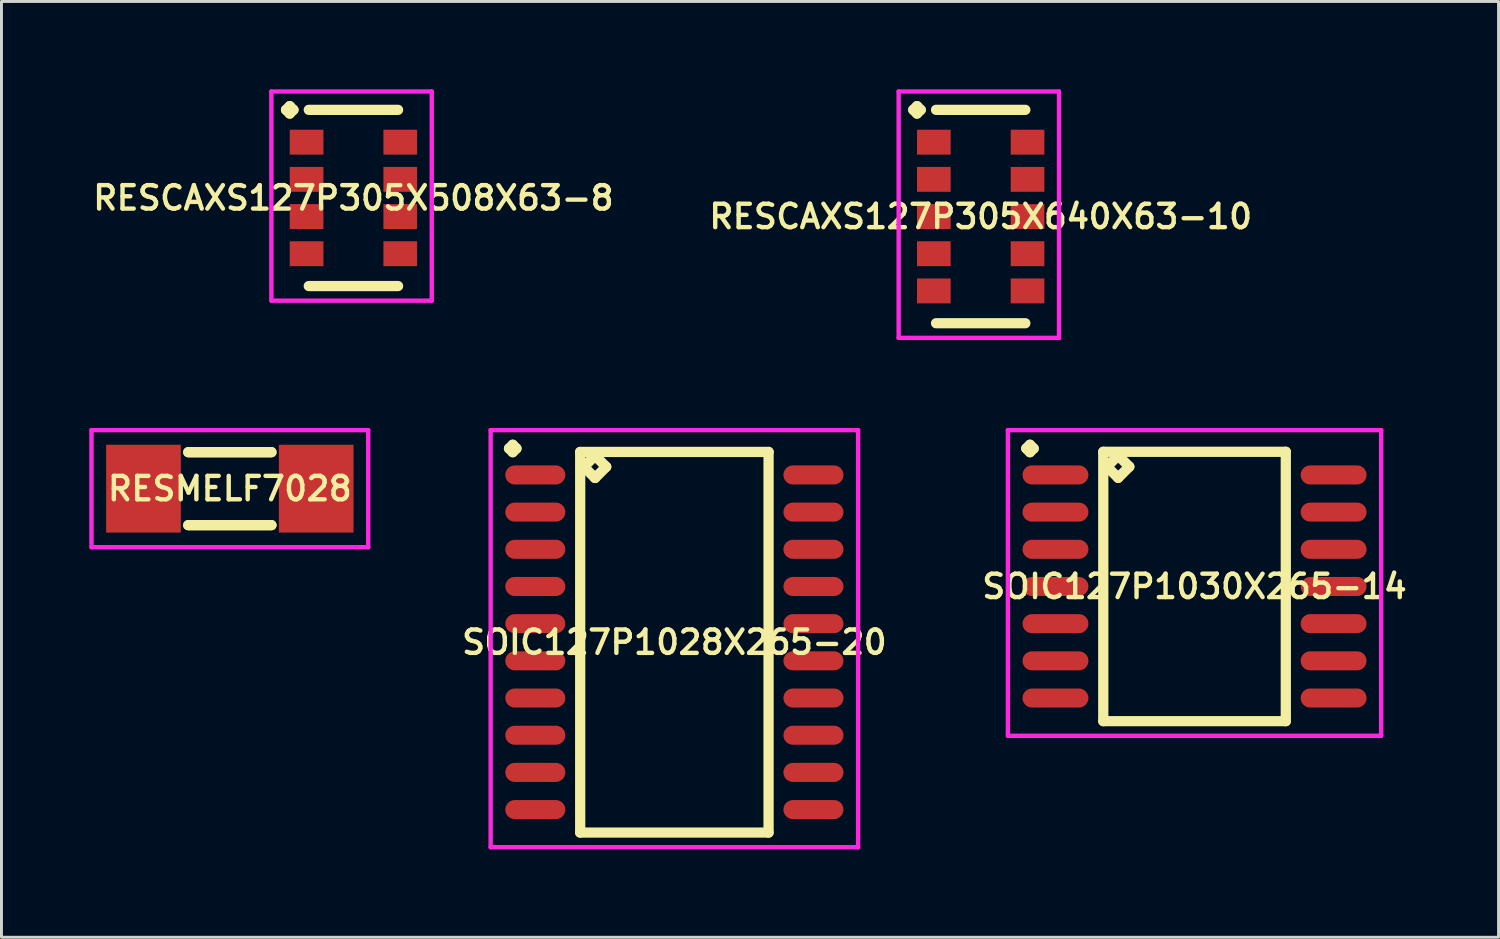
<source format=kicad_pcb>
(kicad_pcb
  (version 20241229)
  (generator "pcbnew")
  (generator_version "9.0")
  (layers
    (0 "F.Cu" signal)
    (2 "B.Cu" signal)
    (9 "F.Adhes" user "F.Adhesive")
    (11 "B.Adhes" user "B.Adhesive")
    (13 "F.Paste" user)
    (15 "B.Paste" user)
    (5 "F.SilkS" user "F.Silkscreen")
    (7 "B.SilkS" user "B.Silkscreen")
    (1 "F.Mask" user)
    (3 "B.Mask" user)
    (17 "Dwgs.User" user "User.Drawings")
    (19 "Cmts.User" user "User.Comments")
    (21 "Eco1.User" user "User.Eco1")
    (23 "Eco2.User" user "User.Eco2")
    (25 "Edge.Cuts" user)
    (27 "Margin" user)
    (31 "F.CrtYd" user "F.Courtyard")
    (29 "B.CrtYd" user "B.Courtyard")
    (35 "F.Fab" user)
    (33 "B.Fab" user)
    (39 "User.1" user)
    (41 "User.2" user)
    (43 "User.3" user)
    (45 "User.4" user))
  (footprint "RESCAXS127P305X640X63-10"
    (layer "F.Cu")
    (at 30.445 4.346)
    (property "Reference" "RESCAXS127P305X640X63-10" (at 0 0 0) (layer "F.SilkS") (effects (font (size 0.8 0.8) (thickness 0.15))))
    (attr through_hole)
    (fp_line (start -2.302 -3.644) (end -2.175 -3.771) (stroke (width 0.35) (type solid)) (layer "F.SilkS"))
    (fp_line (start -2.175 -3.771) (end -2.048 -3.644) (stroke (width 0.35) (type solid)) (layer "F.SilkS"))
    (fp_line (start -2.175 -3.517) (end -2.302 -3.644) (stroke (width 0.35) (type solid)) (layer "F.SilkS"))
    (fp_line (start -2.048 -3.644) (end -2.175 -3.517) (stroke (width 0.35) (type solid)) (layer "F.SilkS"))
    (fp_line (start -1.525 -3.644) (end 1.525 -3.644) (stroke (width 0.35) (type solid)) (layer "F.SilkS"))
    (fp_line (start -1.525 3.644) (end 1.525 3.644) (stroke (width 0.35) (type solid)) (layer "F.SilkS"))
    (fp_line (start -2.802 -4.271) (end 2.675 -4.271) (stroke (width 0.15) (type solid)) (layer "F.CrtYd"))
    (fp_line (start -2.802 4.144) (end -2.802 -4.271) (stroke (width 0.15) (type solid)) (layer "F.CrtYd"))
    (fp_line (start 2.675 -4.271) (end 2.675 4.144) (stroke (width 0.15) (type solid)) (layer "F.CrtYd"))
    (fp_line (start 2.675 4.144) (end -2.802 4.144) (stroke (width 0.15) (type solid)) (layer "F.CrtYd"))
    (pad "1" smd rect (at -1.6 -2.54) (size 1.15 0.85) (layers "F.Cu" "F.Mask" "F.Paste"))
    (pad "2" smd rect (at -1.6 -1.27) (size 1.15 0.85) (layers "F.Cu" "F.Mask" "F.Paste"))
    (pad "3" smd rect (at -1.6 0) (size 1.15 0.85) (layers "F.Cu" "F.Mask" "F.Paste"))
    (pad "4" smd rect (at -1.6 1.27) (size 1.15 0.85) (layers "F.Cu" "F.Mask" "F.Paste"))
    (pad "5" smd rect (at -1.6 2.54) (size 1.15 0.85) (layers "F.Cu" "F.Mask" "F.Paste"))
    (pad "6" smd rect (at 1.6 2.54) (size 1.15 0.85) (layers "F.Cu" "F.Mask" "F.Paste"))
    (pad "7" smd rect (at 1.6 1.27) (size 1.15 0.85) (layers "F.Cu" "F.Mask" "F.Paste"))
    (pad "8" smd rect (at 1.6 0) (size 1.15 0.85) (layers "F.Cu" "F.Mask" "F.Paste"))
    (pad "9" smd rect (at 1.6 -1.27) (size 1.15 0.85) (layers "F.Cu" "F.Mask" "F.Paste"))
    (pad "10" smd rect (at 1.6 -2.54) (size 1.15 0.85) (layers "F.Cu" "F.Mask" "F.Paste")))
  (footprint "RESMELF7028"
    (layer "F.Cu")
    (at 4.8 13.64)
    (property "Reference" "RESMELF7028" (at 0 0 0) (layer "F.SilkS") (effects (font (size 0.8 0.8) (thickness 0.15))))
    (attr through_hole)
    (fp_line (start -1.421 -1.246) (end 1.421 -1.246) (stroke (width 0.35) (type solid)) (layer "F.SilkS"))
    (fp_line (start -1.421 1.246) (end 1.421 1.246) (stroke (width 0.35) (type solid)) (layer "F.SilkS"))
    (fp_line (start 1.421 -1.246) (end -1.421 -1.246) (stroke (width 0.35) (type solid)) (layer "F.SilkS"))
    (fp_line (start 1.421 1.246) (end -1.421 1.246) (stroke (width 0.35) (type solid)) (layer "F.SilkS"))
    (fp_line (start -4.725 -2) (end 4.725 -2) (stroke (width 0.15) (type solid)) (layer "F.CrtYd"))
    (fp_line (start -4.725 2) (end -4.725 -2) (stroke (width 0.15) (type solid)) (layer "F.CrtYd"))
    (fp_line (start 4.725 -2) (end 4.725 2) (stroke (width 0.15) (type solid)) (layer "F.CrtYd"))
    (fp_line (start 4.725 2) (end -4.725 2) (stroke (width 0.15) (type solid)) (layer "F.CrtYd"))
    (pad "1" smd rect (at -2.95 0) (size 2.55 3) (layers "F.Cu" "F.Mask" "F.Paste"))
    (pad "2" smd rect (at 2.95 0) (size 2.55 3) (layers "F.Cu" "F.Mask" "F.Paste")))
  (footprint "RESCAXS127P305X508X63-8"
    (layer "F.Cu")
    (at 9.021 3.711)
    (property "Reference" "RESCAXS127P305X508X63-8" (at 0 0 0) (layer "F.SilkS") (effects (font (size 0.8 0.8) (thickness 0.15))))
    (attr through_hole)
    (fp_line (start -2.302 -3.009) (end -2.175 -3.136) (stroke (width 0.35) (type solid)) (layer "F.SilkS"))
    (fp_line (start -2.175 -3.136) (end -2.048 -3.009) (stroke (width 0.35) (type solid)) (layer "F.SilkS"))
    (fp_line (start -2.175 -2.882) (end -2.302 -3.009) (stroke (width 0.35) (type solid)) (layer "F.SilkS"))
    (fp_line (start -2.048 -3.009) (end -2.175 -2.882) (stroke (width 0.35) (type solid)) (layer "F.SilkS"))
    (fp_line (start -1.525 -3.009) (end 1.525 -3.009) (stroke (width 0.35) (type solid)) (layer "F.SilkS"))
    (fp_line (start -1.525 3.009) (end 1.525 3.009) (stroke (width 0.35) (type solid)) (layer "F.SilkS"))
    (fp_line (start -2.802 -3.636) (end 2.675 -3.636) (stroke (width 0.15) (type solid)) (layer "F.CrtYd"))
    (fp_line (start -2.802 3.509) (end -2.802 -3.636) (stroke (width 0.15) (type solid)) (layer "F.CrtYd"))
    (fp_line (start 2.675 -3.636) (end 2.675 3.509) (stroke (width 0.15) (type solid)) (layer "F.CrtYd"))
    (fp_line (start 2.675 3.509) (end -2.802 3.509) (stroke (width 0.15) (type solid)) (layer "F.CrtYd"))
    (pad "1" smd rect (at -1.6 -1.905) (size 1.15 0.85) (layers "F.Cu" "F.Mask" "F.Paste"))
    (pad "2" smd rect (at -1.6 -0.635) (size 1.15 0.85) (layers "F.Cu" "F.Mask" "F.Paste"))
    (pad "3" smd rect (at -1.6 0.635) (size 1.15 0.85) (layers "F.Cu" "F.Mask" "F.Paste"))
    (pad "4" smd rect (at -1.6 1.905) (size 1.15 0.85) (layers "F.Cu" "F.Mask" "F.Paste"))
    (pad "5" smd rect (at 1.6 1.905) (size 1.15 0.85) (layers "F.Cu" "F.Mask" "F.Paste"))
    (pad "6" smd rect (at 1.6 0.635) (size 1.15 0.85) (layers "F.Cu" "F.Mask" "F.Paste"))
    (pad "7" smd rect (at 1.6 -0.635) (size 1.15 0.85) (layers "F.Cu" "F.Mask" "F.Paste"))
    (pad "8" smd rect (at 1.6 -1.905) (size 1.15 0.85) (layers "F.Cu" "F.Mask" "F.Paste")))
  (footprint "SOIC127P1028X265-20"
    (layer "F.Cu")
    (at 19.983 18.886)
    (property "Reference" "SOIC127P1028X265-20" (at 0 0 0) (layer "F.SilkS") (effects (font (size 0.8 0.8) (thickness 0.15))))
    (attr through_hole)
    (fp_line (start -5.648 -6.619) (end -5.521 -6.746) (stroke (width 0.35) (type solid)) (layer "F.SilkS"))
    (fp_line (start -5.521 -6.746) (end -5.394 -6.619) (stroke (width 0.35) (type solid)) (layer "F.SilkS"))
    (fp_line (start -5.521 -6.492) (end -5.648 -6.619) (stroke (width 0.35) (type solid)) (layer "F.SilkS"))
    (fp_line (start -5.394 -6.619) (end -5.521 -6.492) (stroke (width 0.35) (type solid)) (layer "F.SilkS"))
    (fp_line (start -3.217 -6.5) (end -3.217 6.5) (stroke (width 0.35) (type solid)) (layer "F.SilkS"))
    (fp_line (start -3.217 6.5) (end 3.217 6.5) (stroke (width 0.35) (type solid)) (layer "F.SilkS"))
    (fp_line (start -3.09 -5.992) (end -2.709 -6.373) (stroke (width 0.35) (type solid)) (layer "F.SilkS"))
    (fp_line (start -2.709 -6.373) (end -2.328 -5.992) (stroke (width 0.35) (type solid)) (layer "F.SilkS"))
    (fp_line (start -2.709 -5.611) (end -3.09 -5.992) (stroke (width 0.35) (type solid)) (layer "F.SilkS"))
    (fp_line (start -2.328 -5.992) (end -2.709 -5.611) (stroke (width 0.35) (type solid)) (layer "F.SilkS"))
    (fp_line (start 3.217 -6.5) (end -3.217 -6.5) (stroke (width 0.35) (type solid)) (layer "F.SilkS"))
    (fp_line (start 3.217 6.5) (end 3.217 -6.5) (stroke (width 0.35) (type solid)) (layer "F.SilkS"))
    (fp_line (start -6.275 -7.246) (end 6.275 -7.246) (stroke (width 0.15) (type solid)) (layer "F.CrtYd"))
    (fp_line (start -6.275 7) (end -6.275 -7.246) (stroke (width 0.15) (type solid)) (layer "F.CrtYd"))
    (fp_line (start 6.275 -7.246) (end 6.275 7) (stroke (width 0.15) (type solid)) (layer "F.CrtYd"))
    (fp_line (start 6.275 7) (end -6.275 7) (stroke (width 0.15) (type solid)) (layer "F.CrtYd"))
    (pad "1" smd oval (at -4.75 -5.715) (size 2.05 0.65) (layers "F.Cu" "F.Mask" "F.Paste"))
    (pad "2" smd oval (at -4.75 -4.445) (size 2.05 0.65) (layers "F.Cu" "F.Mask" "F.Paste"))
    (pad "3" smd oval (at -4.75 -3.175) (size 2.05 0.65) (layers "F.Cu" "F.Mask" "F.Paste"))
    (pad "4" smd oval (at -4.75 -1.905) (size 2.05 0.65) (layers "F.Cu" "F.Mask" "F.Paste"))
    (pad "5" smd oval (at -4.75 -0.635) (size 2.05 0.65) (layers "F.Cu" "F.Mask" "F.Paste"))
    (pad "6" smd oval (at -4.75 0.635) (size 2.05 0.65) (layers "F.Cu" "F.Mask" "F.Paste"))
    (pad "7" smd oval (at -4.75 1.905) (size 2.05 0.65) (layers "F.Cu" "F.Mask" "F.Paste"))
    (pad "8" smd oval (at -4.75 3.175) (size 2.05 0.65) (layers "F.Cu" "F.Mask" "F.Paste"))
    (pad "9" smd oval (at -4.75 4.445) (size 2.05 0.65) (layers "F.Cu" "F.Mask" "F.Paste"))
    (pad "10" smd oval (at -4.75 5.715) (size 2.05 0.65) (layers "F.Cu" "F.Mask" "F.Paste"))
    (pad "11" smd oval (at 4.75 5.715) (size 2.05 0.65) (layers "F.Cu" "F.Mask" "F.Paste"))
    (pad "12" smd oval (at 4.75 4.445) (size 2.05 0.65) (layers "F.Cu" "F.Mask" "F.Paste"))
    (pad "13" smd oval (at 4.75 3.175) (size 2.05 0.65) (layers "F.Cu" "F.Mask" "F.Paste"))
    (pad "14" smd oval (at 4.75 1.905) (size 2.05 0.65) (layers "F.Cu" "F.Mask" "F.Paste"))
    (pad "15" smd oval (at 4.75 0.635) (size 2.05 0.65) (layers "F.Cu" "F.Mask" "F.Paste"))
    (pad "16" smd oval (at 4.75 -0.635) (size 2.05 0.65) (layers "F.Cu" "F.Mask" "F.Paste"))
    (pad "17" smd oval (at 4.75 -1.905) (size 2.05 0.65) (layers "F.Cu" "F.Mask" "F.Paste"))
    (pad "18" smd oval (at 4.75 -3.175) (size 2.05 0.65) (layers "F.Cu" "F.Mask" "F.Paste"))
    (pad "19" smd oval (at 4.75 -4.445) (size 2.05 0.65) (layers "F.Cu" "F.Mask" "F.Paste"))
    (pad "20" smd oval (at 4.75 -5.715) (size 2.05 0.65) (layers "F.Cu" "F.Mask" "F.Paste")))
  (footprint "SOIC127P1030X265-14"
    (layer "F.Cu")
    (at 37.749 16.981)
    (property "Reference" "SOIC127P1030X265-14" (at 0 0 0) (layer "F.SilkS") (effects (font (size 0.8 0.8) (thickness 0.15))))
    (attr smd)
    (fp_line (start -5.748 -4.714) (end -5.621 -4.841) (stroke (width 0.35) (type solid)) (layer "F.SilkS"))
    (fp_line (start -5.621 -4.841) (end -5.494 -4.714) (stroke (width 0.35) (type solid)) (layer "F.SilkS"))
    (fp_line (start -5.621 -4.587) (end -5.748 -4.714) (stroke (width 0.35) (type solid)) (layer "F.SilkS"))
    (fp_line (start -5.494 -4.714) (end -5.621 -4.587) (stroke (width 0.35) (type solid)) (layer "F.SilkS"))
    (fp_line (start -3.117 -4.6) (end -3.117 4.6) (stroke (width 0.35) (type solid)) (layer "F.SilkS"))
    (fp_line (start -3.117 4.6) (end 3.117 4.6) (stroke (width 0.35) (type solid)) (layer "F.SilkS"))
    (fp_line (start -2.99 -4.092) (end -2.609 -4.473) (stroke (width 0.35) (type solid)) (layer "F.SilkS"))
    (fp_line (start -2.609 -4.473) (end -2.228 -4.092) (stroke (width 0.35) (type solid)) (layer "F.SilkS"))
    (fp_line (start -2.609 -3.711) (end -2.99 -4.092) (stroke (width 0.35) (type solid)) (layer "F.SilkS"))
    (fp_line (start -2.228 -4.092) (end -2.609 -3.711) (stroke (width 0.35) (type solid)) (layer "F.SilkS"))
    (fp_line (start 3.117 -4.6) (end -3.117 -4.6) (stroke (width 0.35) (type solid)) (layer "F.SilkS"))
    (fp_line (start 3.117 4.6) (end 3.117 -4.6) (stroke (width 0.35) (type solid)) (layer "F.SilkS"))
    (fp_line (start -6.375 -5.341) (end 6.375 -5.341) (stroke (width 0.15) (type solid)) (layer "F.CrtYd"))
    (fp_line (start -6.375 5.1) (end -6.375 -5.341) (stroke (width 0.15) (type solid)) (layer "F.CrtYd"))
    (fp_line (start 6.375 -5.341) (end 6.375 5.1) (stroke (width 0.15) (type solid)) (layer "F.CrtYd"))
    (fp_line (start 6.375 5.1) (end -6.375 5.1) (stroke (width 0.15) (type solid)) (layer "F.CrtYd"))
    (pad "1" smd oval (at -4.75 -3.81) (size 2.25 0.65) (layers "F.Cu" "F.Mask" "F.Paste"))
    (pad "2" smd oval (at -4.75 -2.54) (size 2.25 0.65) (layers "F.Cu" "F.Mask" "F.Paste"))
    (pad "3" smd oval (at -4.75 -1.27) (size 2.25 0.65) (layers "F.Cu" "F.Mask" "F.Paste"))
    (pad "4" smd oval (at -4.75 0) (size 2.25 0.65) (layers "F.Cu" "F.Mask" "F.Paste"))
    (pad "5" smd oval (at -4.75 1.27) (size 2.25 0.65) (layers "F.Cu" "F.Mask" "F.Paste"))
    (pad "6" smd oval (at -4.75 2.54) (size 2.25 0.65) (layers "F.Cu" "F.Mask" "F.Paste"))
    (pad "7" smd oval (at -4.75 3.81) (size 2.25 0.65) (layers "F.Cu" "F.Mask" "F.Paste"))
    (pad "8" smd oval (at 4.75 3.81) (size 2.25 0.65) (layers "F.Cu" "F.Mask" "F.Paste"))
    (pad "9" smd oval (at 4.75 2.54) (size 2.25 0.65) (layers "F.Cu" "F.Mask" "F.Paste"))
    (pad "10" smd oval (at 4.75 1.27) (size 2.25 0.65) (layers "F.Cu" "F.Mask" "F.Paste"))
    (pad "11" smd oval (at 4.75 0) (size 2.25 0.65) (layers "F.Cu" "F.Mask" "F.Paste"))
    (pad "12" smd oval (at 4.75 -1.27) (size 2.25 0.65) (layers "F.Cu" "F.Mask" "F.Paste"))
    (pad "13" smd oval (at 4.75 -2.54) (size 2.25 0.65) (layers "F.Cu" "F.Mask" "F.Paste"))
    (pad "14" smd oval (at 4.75 -3.81) (size 2.25 0.65) (layers "F.Cu" "F.Mask" "F.Paste")))
  (gr_rect
    (start -3 -3)
    (end 48.132 28.961)
    (stroke (width 0.1) (type default))
    (fill no)
    (layer "Edge.Cuts")))
</source>
